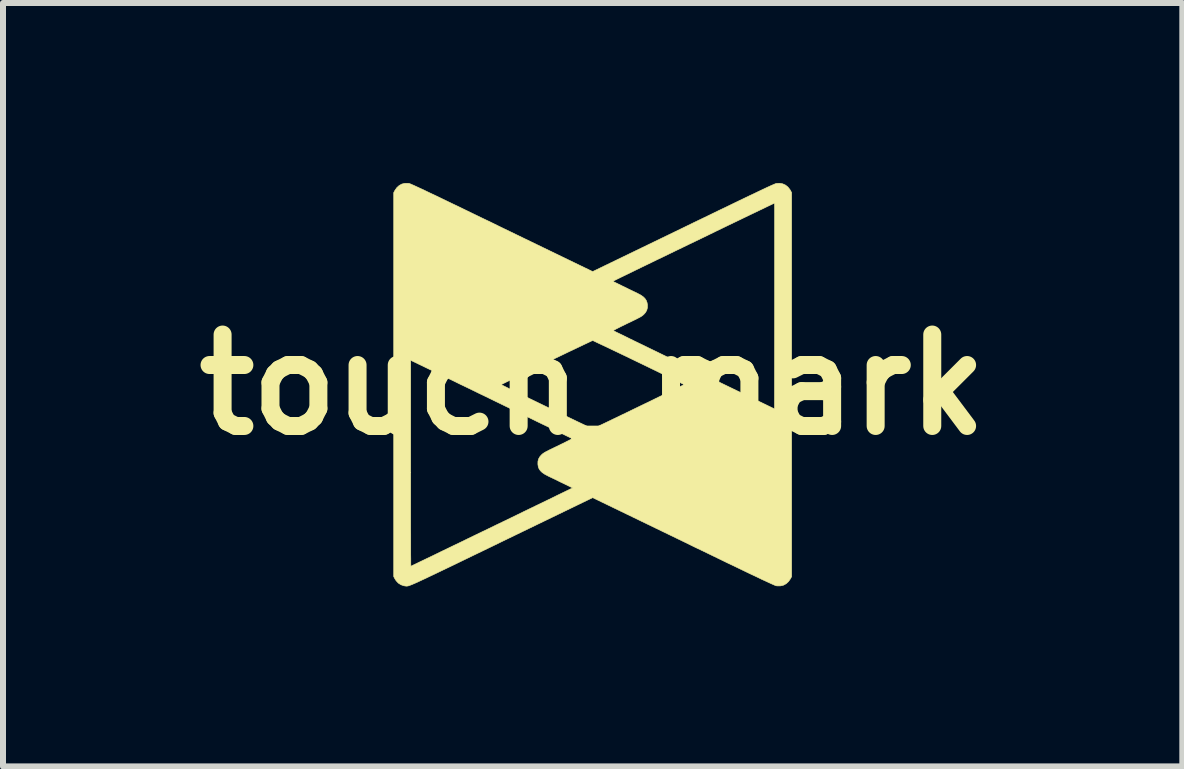
<source format=kicad_pcb>
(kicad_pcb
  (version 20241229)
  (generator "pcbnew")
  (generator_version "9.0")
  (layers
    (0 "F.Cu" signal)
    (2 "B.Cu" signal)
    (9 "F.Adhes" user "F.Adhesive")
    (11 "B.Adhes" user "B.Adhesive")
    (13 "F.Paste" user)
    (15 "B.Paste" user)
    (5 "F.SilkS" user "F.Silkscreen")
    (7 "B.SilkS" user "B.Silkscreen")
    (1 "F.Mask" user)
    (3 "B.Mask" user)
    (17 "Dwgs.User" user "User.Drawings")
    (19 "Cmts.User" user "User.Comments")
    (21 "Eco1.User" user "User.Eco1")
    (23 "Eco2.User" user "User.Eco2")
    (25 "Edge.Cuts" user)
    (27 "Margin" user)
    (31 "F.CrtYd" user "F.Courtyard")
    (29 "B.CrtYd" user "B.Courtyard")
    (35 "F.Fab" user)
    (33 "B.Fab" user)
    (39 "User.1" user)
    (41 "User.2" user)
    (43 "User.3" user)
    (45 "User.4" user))
  (footprint "touch_mark"
    (layer "F.Cu")
    (at 6.829 3.361)
    (property "Reference" "touch_mark" (at 0 0 0) (layer "F.SilkS") (effects (font (size 1.524 1.524) (thickness 0.3))))
    (attr through_hole)
    (fp_poly (pts (xy 3.167 -3.347) (xy 3.214 -3.326) (xy 3.255 -3.293) (xy 3.289 -3.25) (xy 3.297 -3.236) (xy 3.316 -3.2) (xy 3.316 3.2) (xy 3.297 3.236) (xy 3.265 3.282) (xy 3.226 3.318) (xy 3.181 3.343) (xy 3.13 3.355) (xy 3.075 3.355) (xy 3.06 3.353) (xy 3.053 3.351) (xy 3.043 3.347) (xy 3.027 3.341) (xy 3.008 3.332) (xy 2.982 3.321) (xy 2.952 3.307) (xy 2.915 3.29) (xy 2.872 3.27) (xy 2.821 3.247) (xy 2.764 3.219) (xy 2.699 3.188) (xy 2.626 3.154) (xy 2.545 3.115) (xy 2.454 3.071) (xy 2.355 3.023) (xy 2.245 2.971) (xy 2.126 2.913) (xy 1.996 2.85) (xy 1.856 2.782) (xy 1.703 2.709) (xy 1.54 2.629) (xy 1.509 2.614) (xy 0 1.884) (xy -1.509 2.614) (xy -1.671 2.693) (xy -1.822 2.766) (xy -1.961 2.833) (xy -2.089 2.895) (xy -2.207 2.952) (xy -2.316 3.005) (xy -2.414 3.052) (xy -2.504 3.095) (xy -2.585 3.134) (xy -2.658 3.169) (xy -2.724 3.2) (xy -2.782 3.228) (xy -2.834 3.252) (xy -2.879 3.273) (xy -2.919 3.292) (xy -2.953 3.307) (xy -2.983 3.32) (xy -3.008 3.331) (xy -3.029 3.339) (xy -3.047 3.346) (xy -3.061 3.351) (xy -3.073 3.355) (xy -3.083 3.357) (xy -3.091 3.358) (xy -3.098 3.359) (xy -3.105 3.359) (xy -3.109 3.359) (xy -3.122 3.357) (xy -3.141 3.354) (xy -3.147 3.353) (xy -3.196 3.336) (xy -3.24 3.308) (xy -3.276 3.269) (xy -3.297 3.236) (xy -3.316 3.2) (xy -3.316 1.311) (xy -3.034 1.311) (xy -3.034 1.463) (xy -3.034 1.611) (xy -3.034 1.754) (xy -3.034 1.893) (xy -3.034 2.027) (xy -3.034 2.155) (xy -3.034 2.277) (xy -3.034 2.391) (xy -3.033 2.498) (xy -3.033 2.597) (xy -3.033 2.687) (xy -3.033 2.768) (xy -3.033 2.839) (xy -3.032 2.899) (xy -3.032 2.949) (xy -3.032 2.987) (xy -3.031 3.013) (xy -3.031 3.026) (xy -3.031 3.028) (xy -3.025 3.025) (xy -3.007 3.016) (xy -2.978 3.002) (xy -2.938 2.983) (xy -2.889 2.959) (xy -2.83 2.931) (xy -2.762 2.898) (xy -2.686 2.862) (xy -2.602 2.821) (xy -2.512 2.777) (xy -2.414 2.73) (xy -2.311 2.68) (xy -2.202 2.628) (xy -2.088 2.572) (xy -1.97 2.515) (xy -1.848 2.456) (xy -1.725 2.397) (xy -1.6 2.336) (xy -1.477 2.277) (xy -1.357 2.219) (xy -1.242 2.163) (xy -1.132 2.109) (xy -1.026 2.058) (xy -0.927 2.01) (xy -0.833 1.965) (xy -0.747 1.923) (xy -0.668 1.885) (xy -0.598 1.85) (xy -0.536 1.82) (xy -0.484 1.795) (xy -0.441 1.774) (xy -0.409 1.759) (xy -0.388 1.748) (xy -0.379 1.744) (xy -0.335 1.722) (xy -0.498 1.642) (xy -0.547 1.619) (xy -0.596 1.594) (xy -0.644 1.571) (xy -0.688 1.55) (xy -0.724 1.533) (xy -0.742 1.524) (xy -0.797 1.495) (xy -0.84 1.466) (xy -0.871 1.436) (xy -0.894 1.403) (xy -0.907 1.366) (xy -0.913 1.327) (xy -0.912 1.279) (xy -0.901 1.238) (xy -0.879 1.2) (xy -0.854 1.172) (xy -0.843 1.162) (xy -0.832 1.152) (xy -0.819 1.143) (xy -0.802 1.132) (xy -0.781 1.12) (xy -0.753 1.106) (xy -0.719 1.088) (xy -0.675 1.067) (xy -0.622 1.041) (xy -0.577 1.02) (xy -0.525 0.994) (xy -0.477 0.971) (xy -0.434 0.949) (xy -0.398 0.931) (xy -0.37 0.916) (xy -0.352 0.906) (xy -0.344 0.9) (xy -0.344 0.899) (xy -0.351 0.896) (xy -0.368 0.887) (xy -0.397 0.873) (xy -0.436 0.854) (xy -0.485 0.83) (xy -0.542 0.802) (xy -0.607 0.771) (xy -0.68 0.735) (xy -0.759 0.696) (xy -0.845 0.655) (xy -0.936 0.611) (xy -1.031 0.564) (xy -1.131 0.516) (xy -1.234 0.466) (xy -1.34 0.414) (xy -1.448 0.362) (xy -1.557 0.309) (xy -1.666 0.256) (xy -1.776 0.202) (xy -1.885 0.15) (xy -1.993 0.097) (xy -2.098 0.046) (xy -2.194 0) (xy -1.524 0) (xy -1.518 0.004) (xy -1.5 0.013) (xy -1.473 0.027) (xy -1.435 0.045) (xy -1.39 0.068) (xy -1.336 0.094) (xy -1.275 0.124) (xy -1.209 0.156) (xy -1.137 0.191) (xy -1.062 0.228) (xy -0.983 0.266) (xy -0.901 0.306) (xy -0.818 0.346) (xy -0.735 0.386) (xy -0.651 0.426) (xy -0.569 0.466) (xy -0.489 0.504) (xy -0.412 0.541) (xy -0.339 0.576) (xy -0.271 0.609) (xy -0.208 0.639) (xy -0.151 0.666) (xy -0.103 0.689) (xy -0.062 0.708) (xy -0.031 0.722) (xy -0.01 0.732) (xy 0.001 0.736) (xy 0.001 0.736) (xy 0.009 0.733) (xy 0.028 0.725) (xy 0.057 0.711) (xy 0.097 0.692) (xy 0.145 0.669) (xy 0.202 0.642) (xy 0.267 0.611) (xy 0.339 0.576) (xy 0.417 0.539) (xy 0.501 0.498) (xy 0.589 0.456) (xy 0.681 0.411) (xy 0.768 0.369) (xy 0.863 0.323) (xy 0.955 0.279) (xy 1.042 0.236) (xy 1.124 0.196) (xy 1.201 0.159) (xy 1.271 0.125) (xy 1.335 0.094) (xy 1.39 0.067) (xy 1.437 0.044) (xy 1.474 0.025) (xy 1.502 0.011) (xy 1.519 0.003) (xy 1.524 0) (xy 1.518 -0.004) (xy 1.5 -0.012) (xy 1.473 -0.026) (xy 1.436 -0.045) (xy 1.39 -0.067) (xy 1.336 -0.094) (xy 1.275 -0.123) (xy 1.209 -0.156) (xy 1.137 -0.19) (xy 1.062 -0.227) (xy 0.983 -0.265) (xy 0.901 -0.305) (xy 0.818 -0.345) (xy 0.735 -0.385) (xy 0.652 -0.425) (xy 0.57 -0.465) (xy 0.49 -0.503) (xy 0.413 -0.54) (xy 0.339 -0.575) (xy 0.271 -0.608) (xy 0.208 -0.638) (xy 0.152 -0.664) (xy 0.103 -0.687) (xy 0.063 -0.706) (xy 0.032 -0.721) (xy 0.011 -0.731) (xy 0.001 -0.735) (xy 0 -0.735) (xy -0.007 -0.732) (xy -0.026 -0.724) (xy -0.055 -0.71) (xy -0.093 -0.692) (xy -0.14 -0.67) (xy -0.194 -0.644) (xy -0.255 -0.615) (xy -0.322 -0.583) (xy -0.395 -0.549) (xy -0.471 -0.512) (xy -0.55 -0.474) (xy -0.632 -0.435) (xy -0.715 -0.395) (xy -0.798 -0.354) (xy -0.881 -0.314) (xy -0.963 -0.275) (xy -1.043 -0.236) (xy -1.119 -0.199) (xy -1.192 -0.164) (xy -1.26 -0.131) (xy -1.322 -0.1) (xy -1.377 -0.073) (xy -1.425 -0.05) (xy -1.465 -0.03) (xy -1.495 -0.015) (xy -1.515 -0.005) (xy -1.523 -0.000327) (xy -1.524 0) (xy -2.194 0) (xy -2.201 -0.003) (xy -2.3 -0.052) (xy -2.395 -0.098) (xy -2.486 -0.141) (xy -2.57 -0.183) (xy -2.649 -0.221) (xy -2.721 -0.255) (xy -2.785 -0.286) (xy -2.842 -0.314) (xy -2.889 -0.336) (xy -2.927 -0.355) (xy -2.954 -0.368) (xy -2.965 -0.373) (xy -3.034 -0.406) (xy -3.034 1.311) (xy -3.316 1.311) (xy -3.316 -1.722) (xy 0.335 -1.722) (xy 0.498 -1.642) (xy 0.547 -1.619) (xy 0.596 -1.594) (xy 0.644 -1.571) (xy 0.688 -1.55) (xy 0.724 -1.533) (xy 0.742 -1.524) (xy 0.797 -1.495) (xy 0.84 -1.466) (xy 0.871 -1.436) (xy 0.893 -1.403) (xy 0.907 -1.366) (xy 0.913 -1.327) (xy 0.912 -1.279) (xy 0.901 -1.238) (xy 0.879 -1.2) (xy 0.854 -1.172) (xy 0.843 -1.162) (xy 0.832 -1.152) (xy 0.819 -1.143) (xy 0.802 -1.132) (xy 0.781 -1.12) (xy 0.753 -1.106) (xy 0.719 -1.088) (xy 0.675 -1.067) (xy 0.622 -1.041) (xy 0.577 -1.02) (xy 0.525 -0.994) (xy 0.477 -0.971) (xy 0.434 -0.949) (xy 0.398 -0.931) (xy 0.37 -0.916) (xy 0.352 -0.906) (xy 0.344 -0.9) (xy 0.344 -0.899) (xy 0.351 -0.896) (xy 0.369 -0.887) (xy 0.398 -0.872) (xy 0.438 -0.853) (xy 0.488 -0.829) (xy 0.547 -0.8) (xy 0.615 -0.766) (xy 0.691 -0.729) (xy 0.776 -0.688) (xy 0.867 -0.644) (xy 0.965 -0.596) (xy 1.069 -0.546) (xy 1.179 -0.492) (xy 1.294 -0.437) (xy 1.413 -0.379) (xy 1.536 -0.319) (xy 1.662 -0.258) (xy 1.69 -0.244) (xy 3.031 0.405) (xy 3.033 -1.309) (xy 3.033 -1.46) (xy 3.033 -1.608) (xy 3.033 -1.752) (xy 3.033 -1.891) (xy 3.033 -2.025) (xy 3.033 -2.153) (xy 3.033 -2.274) (xy 3.033 -2.389) (xy 3.033 -2.496) (xy 3.033 -2.595) (xy 3.033 -2.685) (xy 3.033 -2.766) (xy 3.033 -2.837) (xy 3.033 -2.897) (xy 3.033 -2.947) (xy 3.032 -2.985) (xy 3.032 -3.011) (xy 3.032 -3.024) (xy 3.032 -3.026) (xy 3.026 -3.023) (xy 3.008 -3.015) (xy 2.979 -3.001) (xy 2.941 -2.983) (xy 2.893 -2.96) (xy 2.836 -2.932) (xy 2.77 -2.901) (xy 2.698 -2.866) (xy 2.618 -2.828) (xy 2.533 -2.787) (xy 2.442 -2.743) (xy 2.346 -2.697) (xy 2.246 -2.649) (xy 2.143 -2.599) (xy 2.037 -2.548) (xy 1.929 -2.495) (xy 1.82 -2.442) (xy 1.71 -2.389) (xy 1.599 -2.336) (xy 1.49 -2.283) (xy 1.382 -2.231) (xy 1.275 -2.179) (xy 1.172 -2.129) (xy 1.071 -2.081) (xy 0.975 -2.034) (xy 0.884 -1.99) (xy 0.797 -1.948) (xy 0.717 -1.909) (xy 0.644 -1.873) (xy 0.578 -1.841) (xy 0.52 -1.813) (xy 0.47 -1.789) (xy 0.43 -1.769) (xy 0.401 -1.755) (xy 0.382 -1.745) (xy 0.379 -1.744) (xy 0.335 -1.722) (xy -3.316 -1.722) (xy -3.316 -3.2) (xy -3.297 -3.236) (xy -3.265 -3.282) (xy -3.226 -3.318) (xy -3.181 -3.343) (xy -3.13 -3.355) (xy -3.075 -3.355) (xy -3.06 -3.353) (xy -3.053 -3.351) (xy -3.043 -3.347) (xy -3.027 -3.341) (xy -3.008 -3.332) (xy -2.982 -3.321) (xy -2.952 -3.307) (xy -2.915 -3.29) (xy -2.872 -3.27) (xy -2.821 -3.247) (xy -2.764 -3.219) (xy -2.699 -3.188) (xy -2.626 -3.154) (xy -2.545 -3.115) (xy -2.454 -3.071) (xy -2.355 -3.023) (xy -2.245 -2.971) (xy -2.126 -2.913) (xy -1.996 -2.85) (xy -1.856 -2.782) (xy -1.703 -2.709) (xy -1.54 -2.629) (xy -1.509 -2.614) (xy 0 -1.884) (xy 1.509 -2.614) (xy 1.675 -2.695) (xy 1.829 -2.769) (xy 1.972 -2.838) (xy 2.103 -2.902) (xy 2.225 -2.96) (xy 2.336 -3.014) (xy 2.437 -3.063) (xy 2.529 -3.107) (xy 2.612 -3.147) (xy 2.687 -3.182) (xy 2.753 -3.214) (xy 2.812 -3.242) (xy 2.863 -3.266) (xy 2.907 -3.287) (xy 2.945 -3.304) (xy 2.977 -3.319) (xy 3.003 -3.33) (xy 3.024 -3.339) (xy 3.04 -3.346) (xy 3.052 -3.35) (xy 3.059 -3.352) (xy 3.06 -3.353) (xy 3.115 -3.356) (xy 3.167 -3.347)) (stroke (width 0.01) (type solid)) (fill yes) (layer "F.SilkS")))
  (gr_rect
    (start -3 -3)
    (end 16.658 9.725)
    (stroke (width 0.1) (type default))
    (fill no)
    (layer "Edge.Cuts")))
</source>
